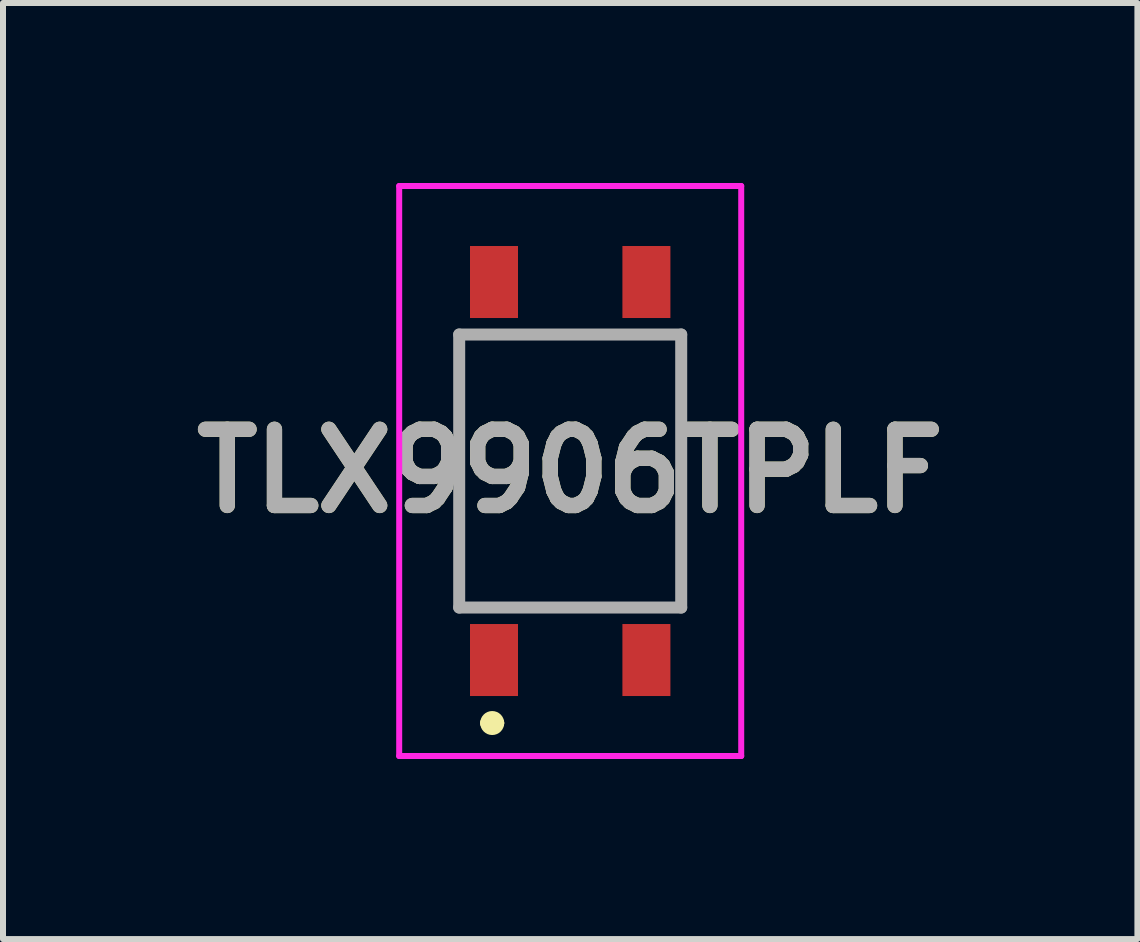
<source format=kicad_pcb>
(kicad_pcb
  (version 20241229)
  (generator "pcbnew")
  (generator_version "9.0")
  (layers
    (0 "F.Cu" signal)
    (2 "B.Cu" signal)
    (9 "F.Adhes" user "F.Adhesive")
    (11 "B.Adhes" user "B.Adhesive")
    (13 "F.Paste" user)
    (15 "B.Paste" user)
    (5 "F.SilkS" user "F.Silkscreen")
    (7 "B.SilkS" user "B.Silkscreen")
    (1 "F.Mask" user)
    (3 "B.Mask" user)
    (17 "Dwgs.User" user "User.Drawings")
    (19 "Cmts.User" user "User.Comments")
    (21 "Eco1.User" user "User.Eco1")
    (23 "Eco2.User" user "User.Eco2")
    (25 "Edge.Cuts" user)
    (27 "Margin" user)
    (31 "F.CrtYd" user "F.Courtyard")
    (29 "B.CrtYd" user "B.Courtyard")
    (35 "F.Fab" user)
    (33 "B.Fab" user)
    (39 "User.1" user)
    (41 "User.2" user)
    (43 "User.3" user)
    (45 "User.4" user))
  (footprint "TLX9906TPLF"
    (layer "F.Cu")
    (at 6.453 4.8)
    (property "Reference" "TLX9906TPLF" (at 0 0 0) (layer "F.SilkS") (effects (font (size 1.27 1.27) (thickness 0.254))))
    (attr smd)
    (fp_line (start -1.85 -2.275) (end 1.85 -2.275) (stroke (width 0.1) (type solid)) (layer "F.SilkS"))
    (fp_line (start -1.85 2.275) (end -1.85 -2.275) (stroke (width 0.1) (type solid)) (layer "F.SilkS"))
    (fp_line (start -1.4 4.2) (end -1.4 4.2) (stroke (width 0.2) (type solid)) (layer "F.SilkS"))
    (fp_line (start -1.2 4.2) (end -1.2 4.2) (stroke (width 0.2) (type solid)) (layer "F.SilkS"))
    (fp_line (start 1.85 -2.275) (end 1.85 2.275) (stroke (width 0.1) (type solid)) (layer "F.SilkS"))
    (fp_line (start 1.85 2.275) (end -1.85 2.275) (stroke (width 0.1) (type solid)) (layer "F.SilkS"))
    (fp_arc (start -1.4 4.2) (mid -1.3 4.1) (end -1.2 4.2) (stroke (width 0.2) (type solid)) (layer "F.SilkS"))
    (fp_arc (start -1.2 4.2) (mid -1.3 4.3) (end -1.4 4.2) (stroke (width 0.2) (type solid)) (layer "F.SilkS"))
    (fp_line (start -2.85 -4.75) (end 2.85 -4.75) (stroke (width 0.1) (type solid)) (layer "F.CrtYd"))
    (fp_line (start -2.85 4.75) (end -2.85 -4.75) (stroke (width 0.1) (type solid)) (layer "F.CrtYd"))
    (fp_line (start 2.85 -4.75) (end 2.85 4.75) (stroke (width 0.1) (type solid)) (layer "F.CrtYd"))
    (fp_line (start 2.85 4.75) (end -2.85 4.75) (stroke (width 0.1) (type solid)) (layer "F.CrtYd"))
    (fp_line (start -1.85 -2.275) (end 1.85 -2.275) (stroke (width 0.2) (type solid)) (layer "F.Fab"))
    (fp_line (start -1.85 2.275) (end -1.85 -2.275) (stroke (width 0.2) (type solid)) (layer "F.Fab"))
    (fp_line (start 1.85 -2.275) (end 1.85 2.275) (stroke (width 0.2) (type solid)) (layer "F.Fab"))
    (fp_line (start 1.85 2.275) (end -1.85 2.275) (stroke (width 0.2) (type solid)) (layer "F.Fab"))
    (fp_text user "${REFERENCE}" (at 0 0 0) (layer "F.Fab") (effects (font (size 1.27 1.27) (thickness 0.254))))
    (pad "1" smd rect (at -1.27 3.15) (size 0.8 1.2) (layers "F.Cu" "F.Mask" "F.Paste"))
    (pad "3" smd rect (at 1.27 3.15) (size 0.8 1.2) (layers "F.Cu" "F.Mask" "F.Paste"))
    (pad "4" smd rect (at 1.27 -3.15) (size 0.8 1.2) (layers "F.Cu" "F.Mask" "F.Paste"))
    (pad "6" smd rect (at -1.27 -3.15) (size 0.8 1.2) (layers "F.Cu" "F.Mask" "F.Paste")))
  (gr_rect
    (start -3 -3)
    (end 15.906 12.6)
    (stroke (width 0.1) (type default))
    (fill no)
    (layer "Edge.Cuts")))
</source>
